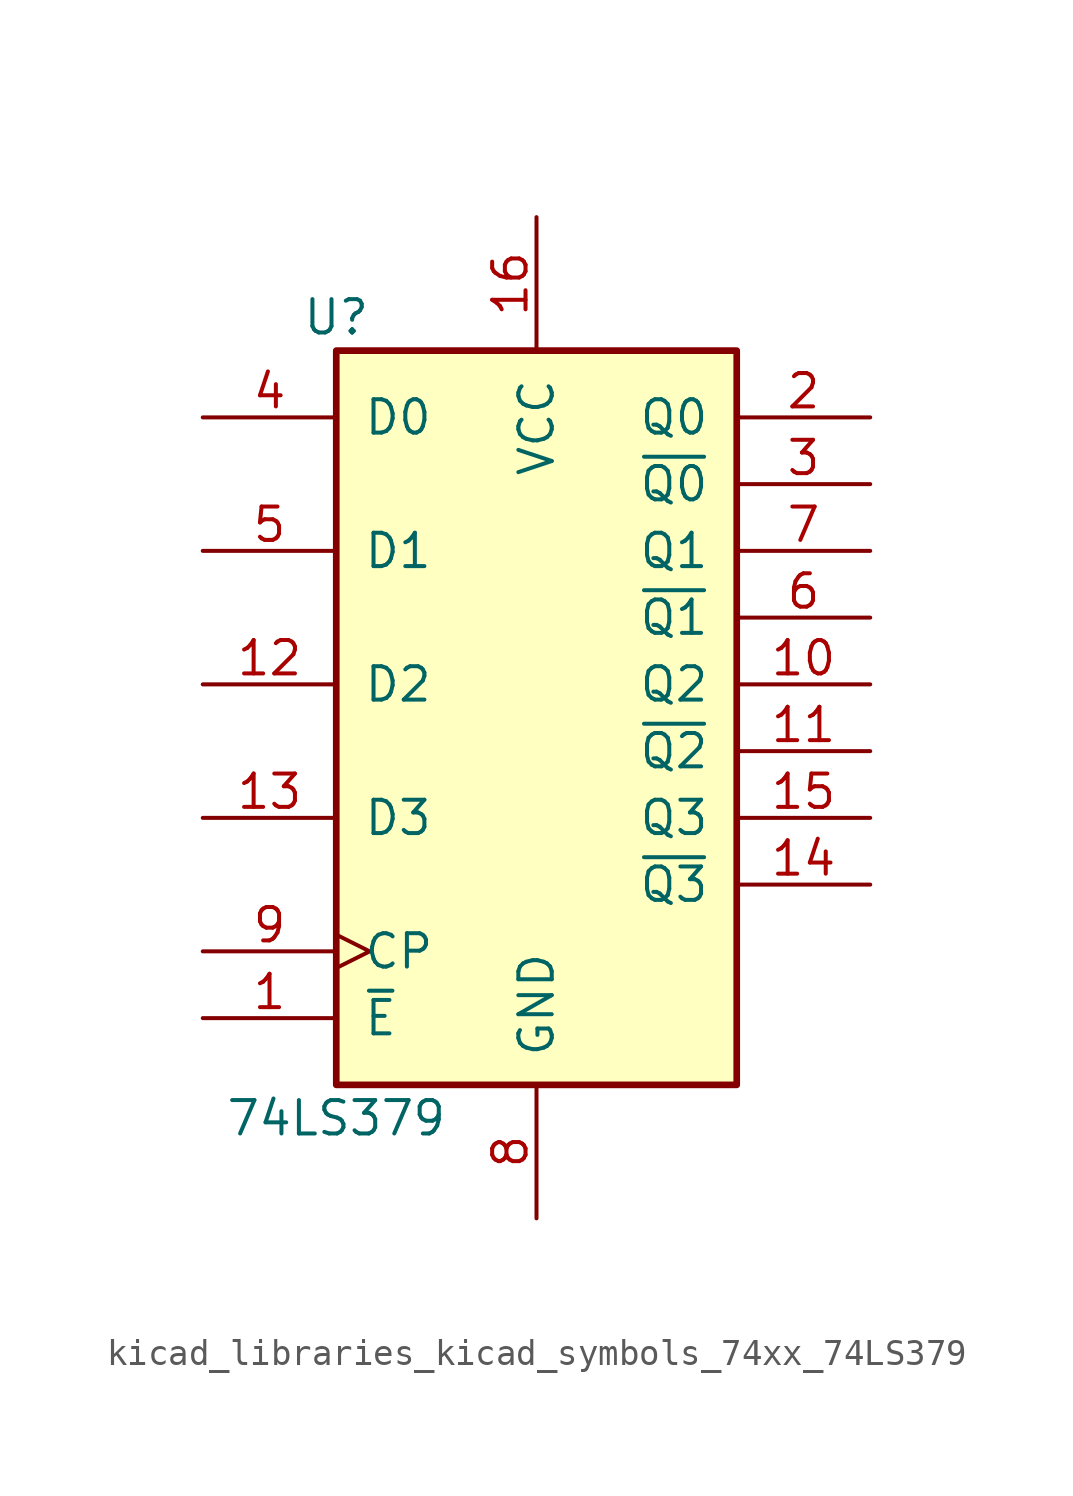
<source format=kicad_sym>
(kicad_symbol_lib
  (version 20220914)
  (generator kicad_symbol_editor)
  (symbol "kicad_libraries_kicad_symbols_74xx_74LS379"
    (pin_names
      (offset 1.016))
    (property "Reference" "U"
      (at -7.62 13.97 0)
      (effects (font (size 1.27 1.27))))
    (property "Value" "74LS379"
      (at -7.62 -16.51 0)
      (effects (font (size 1.27 1.27))))
    (property "ki_locked" ""
      (at 0 0 0)
      (effects (font (size 1.27 1.27))))
    (symbol "kicad_libraries_kicad_symbols_74xx_74LS379_1_0"
      (pin input line (at -12.7 -12.7 0) (length 5.08) (name "~{E}" (effects (font (size 1.27 1.27)))) (number "1" (effects (font (size 1.27 1.27)))))
      (pin output line (at 12.7 0 180) (length 5.08) (name "Q2" (effects (font (size 1.27 1.27)))) (number "10" (effects (font (size 1.27 1.27)))))
      (pin output line (at 12.7 -2.54 180) (length 5.08) (name "~{Q2}" (effects (font (size 1.27 1.27)))) (number "11" (effects (font (size 1.27 1.27)))))
      (pin input line (at -12.7 0 0) (length 5.08) (name "D2" (effects (font (size 1.27 1.27)))) (number "12" (effects (font (size 1.27 1.27)))))
      (pin input line (at -12.7 -5.08 0) (length 5.08) (name "D3" (effects (font (size 1.27 1.27)))) (number "13" (effects (font (size 1.27 1.27)))))
      (pin output line (at 12.7 -7.62 180) (length 5.08) (name "~{Q3}" (effects (font (size 1.27 1.27)))) (number "14" (effects (font (size 1.27 1.27)))))
      (pin output line (at 12.7 -5.08 180) (length 5.08) (name "Q3" (effects (font (size 1.27 1.27)))) (number "15" (effects (font (size 1.27 1.27)))))
      (pin power_in line (at 0 17.78 270) (length 5.08) (name "VCC" (effects (font (size 1.27 1.27)))) (number "16" (effects (font (size 1.27 1.27)))))
      (pin output line (at 12.7 10.16 180) (length 5.08) (name "Q0" (effects (font (size 1.27 1.27)))) (number "2" (effects (font (size 1.27 1.27)))))
      (pin output line (at 12.7 7.62 180) (length 5.08) (name "~{Q0}" (effects (font (size 1.27 1.27)))) (number "3" (effects (font (size 1.27 1.27)))))
      (pin input line (at -12.7 10.16 0) (length 5.08) (name "D0" (effects (font (size 1.27 1.27)))) (number "4" (effects (font (size 1.27 1.27)))))
      (pin input line (at -12.7 5.08 0) (length 5.08) (name "D1" (effects (font (size 1.27 1.27)))) (number "5" (effects (font (size 1.27 1.27)))))
      (pin output line (at 12.7 2.54 180) (length 5.08) (name "~{Q1}" (effects (font (size 1.27 1.27)))) (number "6" (effects (font (size 1.27 1.27)))))
      (pin output line (at 12.7 5.08 180) (length 5.08) (name "Q1" (effects (font (size 1.27 1.27)))) (number "7" (effects (font (size 1.27 1.27)))))
      (pin power_in line (at 0 -20.32 90) (length 5.08) (name "GND" (effects (font (size 1.27 1.27)))) (number "8" (effects (font (size 1.27 1.27)))))
      (pin input clock (at -12.7 -10.16 0) (length 5.08) (name "CP" (effects (font (size 1.27 1.27)))) (number "9" (effects (font (size 1.27 1.27))))))
    (symbol "kicad_libraries_kicad_symbols_74xx_74LS379_1_1"
      (rectangle (start -7.62 12.7) (end 7.62 -15.24) (stroke (width 0.254) (type default)) (fill (type background))))))
</source>
